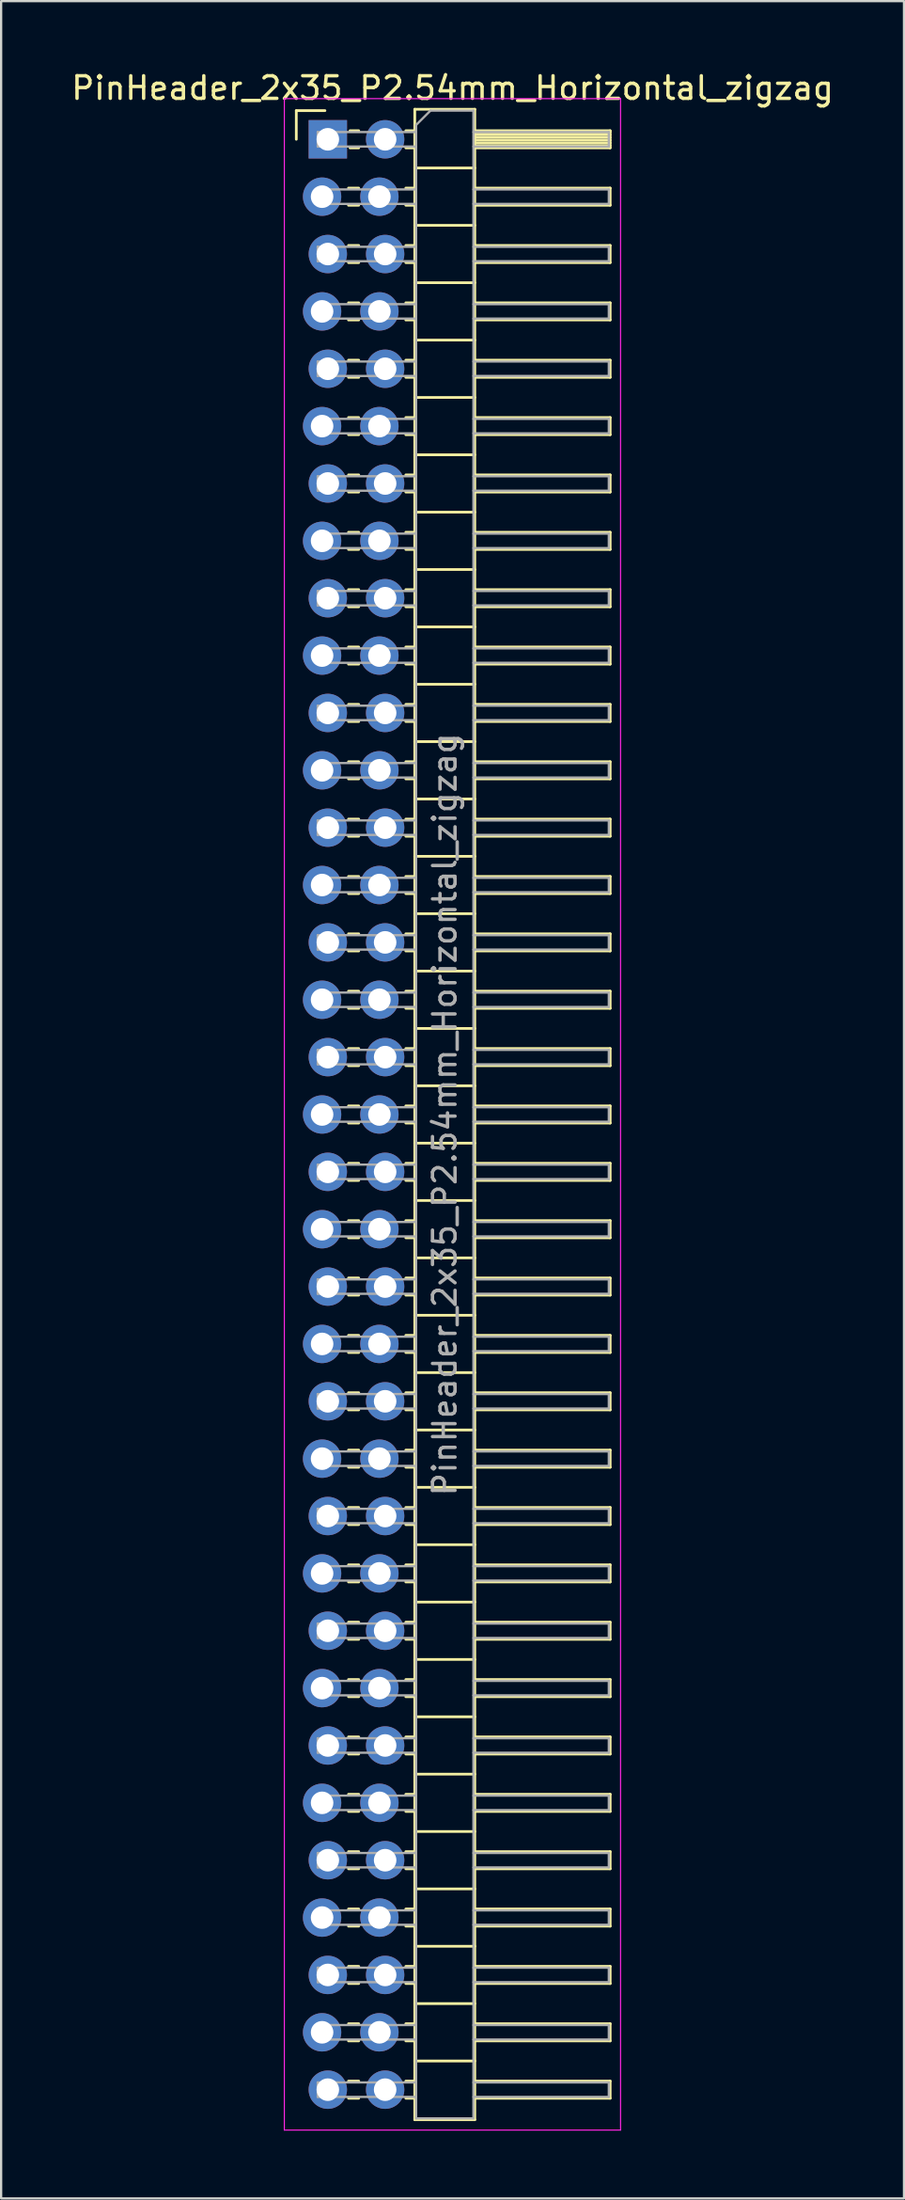
<source format=kicad_pcb>
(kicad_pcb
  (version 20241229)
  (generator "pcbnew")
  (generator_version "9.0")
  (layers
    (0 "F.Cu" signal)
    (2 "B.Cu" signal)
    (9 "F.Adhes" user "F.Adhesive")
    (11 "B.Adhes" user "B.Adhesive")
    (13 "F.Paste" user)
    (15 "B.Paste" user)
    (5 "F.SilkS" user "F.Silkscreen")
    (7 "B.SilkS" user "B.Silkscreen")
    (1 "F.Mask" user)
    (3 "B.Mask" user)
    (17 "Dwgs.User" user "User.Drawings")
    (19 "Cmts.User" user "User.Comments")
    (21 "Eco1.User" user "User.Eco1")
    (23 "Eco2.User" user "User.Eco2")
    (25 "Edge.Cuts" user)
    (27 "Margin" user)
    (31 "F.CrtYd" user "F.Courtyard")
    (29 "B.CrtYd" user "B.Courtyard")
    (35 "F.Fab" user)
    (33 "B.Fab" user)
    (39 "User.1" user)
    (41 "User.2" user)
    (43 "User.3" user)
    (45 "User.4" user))
  (footprint "PinHeader_2x35_P2.54mm_Horizontal_zigzag"
    (layer "F.Cu")
    (at 11.351 3.118)
    (property "Reference" "PinHeader_2x35_P2.54mm_Horizontal_zigzag" (at 5.655 -2.27 0) (layer "F.SilkS") (effects (font (size 1 1) (thickness 0.15))))
    (attr through_hole)
    (fp_line (start -1.27 -1.27) (end 0 -1.27) (stroke (width 0.12) (type solid)) (layer "F.SilkS"))
    (fp_line (start -1.27 0) (end -1.27 -1.27) (stroke (width 0.12) (type solid)) (layer "F.SilkS"))
    (fp_line (start 1.043 2.16) (end 1.497 2.16) (stroke (width 0.12) (type solid)) (layer "F.SilkS"))
    (fp_line (start 1.043 2.92) (end 1.497 2.92) (stroke (width 0.12) (type solid)) (layer "F.SilkS"))
    (fp_line (start 1.043 4.7) (end 1.497 4.7) (stroke (width 0.12) (type solid)) (layer "F.SilkS"))
    (fp_line (start 1.043 5.46) (end 1.497 5.46) (stroke (width 0.12) (type solid)) (layer "F.SilkS"))
    (fp_line (start 1.043 7.24) (end 1.497 7.24) (stroke (width 0.12) (type solid)) (layer "F.SilkS"))
    (fp_line (start 1.043 8) (end 1.497 8) (stroke (width 0.12) (type solid)) (layer "F.SilkS"))
    (fp_line (start 1.043 9.78) (end 1.497 9.78) (stroke (width 0.12) (type solid)) (layer "F.SilkS"))
    (fp_line (start 1.043 10.54) (end 1.497 10.54) (stroke (width 0.12) (type solid)) (layer "F.SilkS"))
    (fp_line (start 1.043 12.32) (end 1.497 12.32) (stroke (width 0.12) (type solid)) (layer "F.SilkS"))
    (fp_line (start 1.043 13.08) (end 1.497 13.08) (stroke (width 0.12) (type solid)) (layer "F.SilkS"))
    (fp_line (start 1.043 14.86) (end 1.497 14.86) (stroke (width 0.12) (type solid)) (layer "F.SilkS"))
    (fp_line (start 1.043 15.62) (end 1.497 15.62) (stroke (width 0.12) (type solid)) (layer "F.SilkS"))
    (fp_line (start 1.043 17.4) (end 1.497 17.4) (stroke (width 0.12) (type solid)) (layer "F.SilkS"))
    (fp_line (start 1.043 18.16) (end 1.497 18.16) (stroke (width 0.12) (type solid)) (layer "F.SilkS"))
    (fp_line (start 1.043 19.94) (end 1.497 19.94) (stroke (width 0.12) (type solid)) (layer "F.SilkS"))
    (fp_line (start 1.043 20.7) (end 1.497 20.7) (stroke (width 0.12) (type solid)) (layer "F.SilkS"))
    (fp_line (start 1.043 22.48) (end 1.497 22.48) (stroke (width 0.12) (type solid)) (layer "F.SilkS"))
    (fp_line (start 1.043 23.24) (end 1.497 23.24) (stroke (width 0.12) (type solid)) (layer "F.SilkS"))
    (fp_line (start 1.043 25.02) (end 1.497 25.02) (stroke (width 0.12) (type solid)) (layer "F.SilkS"))
    (fp_line (start 1.043 25.78) (end 1.497 25.78) (stroke (width 0.12) (type solid)) (layer "F.SilkS"))
    (fp_line (start 1.043 27.56) (end 1.497 27.56) (stroke (width 0.12) (type solid)) (layer "F.SilkS"))
    (fp_line (start 1.043 28.32) (end 1.497 28.32) (stroke (width 0.12) (type solid)) (layer "F.SilkS"))
    (fp_line (start 1.043 30.1) (end 1.497 30.1) (stroke (width 0.12) (type solid)) (layer "F.SilkS"))
    (fp_line (start 1.043 30.86) (end 1.497 30.86) (stroke (width 0.12) (type solid)) (layer "F.SilkS"))
    (fp_line (start 1.043 32.64) (end 1.497 32.64) (stroke (width 0.12) (type solid)) (layer "F.SilkS"))
    (fp_line (start 1.043 33.4) (end 1.497 33.4) (stroke (width 0.12) (type solid)) (layer "F.SilkS"))
    (fp_line (start 1.043 35.18) (end 1.497 35.18) (stroke (width 0.12) (type solid)) (layer "F.SilkS"))
    (fp_line (start 1.043 35.94) (end 1.497 35.94) (stroke (width 0.12) (type solid)) (layer "F.SilkS"))
    (fp_line (start 1.043 37.72) (end 1.497 37.72) (stroke (width 0.12) (type solid)) (layer "F.SilkS"))
    (fp_line (start 1.043 38.48) (end 1.497 38.48) (stroke (width 0.12) (type solid)) (layer "F.SilkS"))
    (fp_line (start 1.043 40.26) (end 1.497 40.26) (stroke (width 0.12) (type solid)) (layer "F.SilkS"))
    (fp_line (start 1.043 41.02) (end 1.497 41.02) (stroke (width 0.12) (type solid)) (layer "F.SilkS"))
    (fp_line (start 1.043 42.8) (end 1.497 42.8) (stroke (width 0.12) (type solid)) (layer "F.SilkS"))
    (fp_line (start 1.043 43.56) (end 1.497 43.56) (stroke (width 0.12) (type solid)) (layer "F.SilkS"))
    (fp_line (start 1.043 45.34) (end 1.497 45.34) (stroke (width 0.12) (type solid)) (layer "F.SilkS"))
    (fp_line (start 1.043 46.1) (end 1.497 46.1) (stroke (width 0.12) (type solid)) (layer "F.SilkS"))
    (fp_line (start 1.043 47.88) (end 1.497 47.88) (stroke (width 0.12) (type solid)) (layer "F.SilkS"))
    (fp_line (start 1.043 48.64) (end 1.497 48.64) (stroke (width 0.12) (type solid)) (layer "F.SilkS"))
    (fp_line (start 1.043 50.42) (end 1.497 50.42) (stroke (width 0.12) (type solid)) (layer "F.SilkS"))
    (fp_line (start 1.043 51.18) (end 1.497 51.18) (stroke (width 0.12) (type solid)) (layer "F.SilkS"))
    (fp_line (start 1.043 52.96) (end 1.497 52.96) (stroke (width 0.12) (type solid)) (layer "F.SilkS"))
    (fp_line (start 1.043 53.72) (end 1.497 53.72) (stroke (width 0.12) (type solid)) (layer "F.SilkS"))
    (fp_line (start 1.043 55.5) (end 1.497 55.5) (stroke (width 0.12) (type solid)) (layer "F.SilkS"))
    (fp_line (start 1.043 56.26) (end 1.497 56.26) (stroke (width 0.12) (type solid)) (layer "F.SilkS"))
    (fp_line (start 1.043 58.04) (end 1.497 58.04) (stroke (width 0.12) (type solid)) (layer "F.SilkS"))
    (fp_line (start 1.043 58.8) (end 1.497 58.8) (stroke (width 0.12) (type solid)) (layer "F.SilkS"))
    (fp_line (start 1.043 60.58) (end 1.497 60.58) (stroke (width 0.12) (type solid)) (layer "F.SilkS"))
    (fp_line (start 1.043 61.34) (end 1.497 61.34) (stroke (width 0.12) (type solid)) (layer "F.SilkS"))
    (fp_line (start 1.043 63.12) (end 1.497 63.12) (stroke (width 0.12) (type solid)) (layer "F.SilkS"))
    (fp_line (start 1.043 63.88) (end 1.497 63.88) (stroke (width 0.12) (type solid)) (layer "F.SilkS"))
    (fp_line (start 1.043 65.66) (end 1.497 65.66) (stroke (width 0.12) (type solid)) (layer "F.SilkS"))
    (fp_line (start 1.043 66.42) (end 1.497 66.42) (stroke (width 0.12) (type solid)) (layer "F.SilkS"))
    (fp_line (start 1.043 68.2) (end 1.497 68.2) (stroke (width 0.12) (type solid)) (layer "F.SilkS"))
    (fp_line (start 1.043 68.96) (end 1.497 68.96) (stroke (width 0.12) (type solid)) (layer "F.SilkS"))
    (fp_line (start 1.043 70.74) (end 1.497 70.74) (stroke (width 0.12) (type solid)) (layer "F.SilkS"))
    (fp_line (start 1.043 71.5) (end 1.497 71.5) (stroke (width 0.12) (type solid)) (layer "F.SilkS"))
    (fp_line (start 1.043 73.28) (end 1.497 73.28) (stroke (width 0.12) (type solid)) (layer "F.SilkS"))
    (fp_line (start 1.043 74.04) (end 1.497 74.04) (stroke (width 0.12) (type solid)) (layer "F.SilkS"))
    (fp_line (start 1.043 75.82) (end 1.497 75.82) (stroke (width 0.12) (type solid)) (layer "F.SilkS"))
    (fp_line (start 1.043 76.58) (end 1.497 76.58) (stroke (width 0.12) (type solid)) (layer "F.SilkS"))
    (fp_line (start 1.043 78.36) (end 1.497 78.36) (stroke (width 0.12) (type solid)) (layer "F.SilkS"))
    (fp_line (start 1.043 79.12) (end 1.497 79.12) (stroke (width 0.12) (type solid)) (layer "F.SilkS"))
    (fp_line (start 1.043 80.9) (end 1.497 80.9) (stroke (width 0.12) (type solid)) (layer "F.SilkS"))
    (fp_line (start 1.043 81.66) (end 1.497 81.66) (stroke (width 0.12) (type solid)) (layer "F.SilkS"))
    (fp_line (start 1.043 83.44) (end 1.497 83.44) (stroke (width 0.12) (type solid)) (layer "F.SilkS"))
    (fp_line (start 1.043 84.2) (end 1.497 84.2) (stroke (width 0.12) (type solid)) (layer "F.SilkS"))
    (fp_line (start 1.043 85.98) (end 1.497 85.98) (stroke (width 0.12) (type solid)) (layer "F.SilkS"))
    (fp_line (start 1.043 86.74) (end 1.497 86.74) (stroke (width 0.12) (type solid)) (layer "F.SilkS"))
    (fp_line (start 1.11 -0.38) (end 1.497 -0.38) (stroke (width 0.12) (type solid)) (layer "F.SilkS"))
    (fp_line (start 1.11 0.38) (end 1.497 0.38) (stroke (width 0.12) (type solid)) (layer "F.SilkS"))
    (fp_line (start 3.583 -0.38) (end 3.98 -0.38) (stroke (width 0.12) (type solid)) (layer "F.SilkS"))
    (fp_line (start 3.583 0.38) (end 3.98 0.38) (stroke (width 0.12) (type solid)) (layer "F.SilkS"))
    (fp_line (start 3.583 2.16) (end 3.98 2.16) (stroke (width 0.12) (type solid)) (layer "F.SilkS"))
    (fp_line (start 3.583 2.92) (end 3.98 2.92) (stroke (width 0.12) (type solid)) (layer "F.SilkS"))
    (fp_line (start 3.583 4.7) (end 3.98 4.7) (stroke (width 0.12) (type solid)) (layer "F.SilkS"))
    (fp_line (start 3.583 5.46) (end 3.98 5.46) (stroke (width 0.12) (type solid)) (layer "F.SilkS"))
    (fp_line (start 3.583 7.24) (end 3.98 7.24) (stroke (width 0.12) (type solid)) (layer "F.SilkS"))
    (fp_line (start 3.583 8) (end 3.98 8) (stroke (width 0.12) (type solid)) (layer "F.SilkS"))
    (fp_line (start 3.583 9.78) (end 3.98 9.78) (stroke (width 0.12) (type solid)) (layer "F.SilkS"))
    (fp_line (start 3.583 10.54) (end 3.98 10.54) (stroke (width 0.12) (type solid)) (layer "F.SilkS"))
    (fp_line (start 3.583 12.32) (end 3.98 12.32) (stroke (width 0.12) (type solid)) (layer "F.SilkS"))
    (fp_line (start 3.583 13.08) (end 3.98 13.08) (stroke (width 0.12) (type solid)) (layer "F.SilkS"))
    (fp_line (start 3.583 14.86) (end 3.98 14.86) (stroke (width 0.12) (type solid)) (layer "F.SilkS"))
    (fp_line (start 3.583 15.62) (end 3.98 15.62) (stroke (width 0.12) (type solid)) (layer "F.SilkS"))
    (fp_line (start 3.583 17.4) (end 3.98 17.4) (stroke (width 0.12) (type solid)) (layer "F.SilkS"))
    (fp_line (start 3.583 18.16) (end 3.98 18.16) (stroke (width 0.12) (type solid)) (layer "F.SilkS"))
    (fp_line (start 3.583 19.94) (end 3.98 19.94) (stroke (width 0.12) (type solid)) (layer "F.SilkS"))
    (fp_line (start 3.583 20.7) (end 3.98 20.7) (stroke (width 0.12) (type solid)) (layer "F.SilkS"))
    (fp_line (start 3.583 22.48) (end 3.98 22.48) (stroke (width 0.12) (type solid)) (layer "F.SilkS"))
    (fp_line (start 3.583 23.24) (end 3.98 23.24) (stroke (width 0.12) (type solid)) (layer "F.SilkS"))
    (fp_line (start 3.583 25.02) (end 3.98 25.02) (stroke (width 0.12) (type solid)) (layer "F.SilkS"))
    (fp_line (start 3.583 25.78) (end 3.98 25.78) (stroke (width 0.12) (type solid)) (layer "F.SilkS"))
    (fp_line (start 3.583 27.56) (end 3.98 27.56) (stroke (width 0.12) (type solid)) (layer "F.SilkS"))
    (fp_line (start 3.583 28.32) (end 3.98 28.32) (stroke (width 0.12) (type solid)) (layer "F.SilkS"))
    (fp_line (start 3.583 30.1) (end 3.98 30.1) (stroke (width 0.12) (type solid)) (layer "F.SilkS"))
    (fp_line (start 3.583 30.86) (end 3.98 30.86) (stroke (width 0.12) (type solid)) (layer "F.SilkS"))
    (fp_line (start 3.583 32.64) (end 3.98 32.64) (stroke (width 0.12) (type solid)) (layer "F.SilkS"))
    (fp_line (start 3.583 33.4) (end 3.98 33.4) (stroke (width 0.12) (type solid)) (layer "F.SilkS"))
    (fp_line (start 3.583 35.18) (end 3.98 35.18) (stroke (width 0.12) (type solid)) (layer "F.SilkS"))
    (fp_line (start 3.583 35.94) (end 3.98 35.94) (stroke (width 0.12) (type solid)) (layer "F.SilkS"))
    (fp_line (start 3.583 37.72) (end 3.98 37.72) (stroke (width 0.12) (type solid)) (layer "F.SilkS"))
    (fp_line (start 3.583 38.48) (end 3.98 38.48) (stroke (width 0.12) (type solid)) (layer "F.SilkS"))
    (fp_line (start 3.583 40.26) (end 3.98 40.26) (stroke (width 0.12) (type solid)) (layer "F.SilkS"))
    (fp_line (start 3.583 41.02) (end 3.98 41.02) (stroke (width 0.12) (type solid)) (layer "F.SilkS"))
    (fp_line (start 3.583 42.8) (end 3.98 42.8) (stroke (width 0.12) (type solid)) (layer "F.SilkS"))
    (fp_line (start 3.583 43.56) (end 3.98 43.56) (stroke (width 0.12) (type solid)) (layer "F.SilkS"))
    (fp_line (start 3.583 45.34) (end 3.98 45.34) (stroke (width 0.12) (type solid)) (layer "F.SilkS"))
    (fp_line (start 3.583 46.1) (end 3.98 46.1) (stroke (width 0.12) (type solid)) (layer "F.SilkS"))
    (fp_line (start 3.583 47.88) (end 3.98 47.88) (stroke (width 0.12) (type solid)) (layer "F.SilkS"))
    (fp_line (start 3.583 48.64) (end 3.98 48.64) (stroke (width 0.12) (type solid)) (layer "F.SilkS"))
    (fp_line (start 3.583 50.42) (end 3.98 50.42) (stroke (width 0.12) (type solid)) (layer "F.SilkS"))
    (fp_line (start 3.583 51.18) (end 3.98 51.18) (stroke (width 0.12) (type solid)) (layer "F.SilkS"))
    (fp_line (start 3.583 52.96) (end 3.98 52.96) (stroke (width 0.12) (type solid)) (layer "F.SilkS"))
    (fp_line (start 3.583 53.72) (end 3.98 53.72) (stroke (width 0.12) (type solid)) (layer "F.SilkS"))
    (fp_line (start 3.583 55.5) (end 3.98 55.5) (stroke (width 0.12) (type solid)) (layer "F.SilkS"))
    (fp_line (start 3.583 56.26) (end 3.98 56.26) (stroke (width 0.12) (type solid)) (layer "F.SilkS"))
    (fp_line (start 3.583 58.04) (end 3.98 58.04) (stroke (width 0.12) (type solid)) (layer "F.SilkS"))
    (fp_line (start 3.583 58.8) (end 3.98 58.8) (stroke (width 0.12) (type solid)) (layer "F.SilkS"))
    (fp_line (start 3.583 60.58) (end 3.98 60.58) (stroke (width 0.12) (type solid)) (layer "F.SilkS"))
    (fp_line (start 3.583 61.34) (end 3.98 61.34) (stroke (width 0.12) (type solid)) (layer "F.SilkS"))
    (fp_line (start 3.583 63.12) (end 3.98 63.12) (stroke (width 0.12) (type solid)) (layer "F.SilkS"))
    (fp_line (start 3.583 63.88) (end 3.98 63.88) (stroke (width 0.12) (type solid)) (layer "F.SilkS"))
    (fp_line (start 3.583 65.66) (end 3.98 65.66) (stroke (width 0.12) (type solid)) (layer "F.SilkS"))
    (fp_line (start 3.583 66.42) (end 3.98 66.42) (stroke (width 0.12) (type solid)) (layer "F.SilkS"))
    (fp_line (start 3.583 68.2) (end 3.98 68.2) (stroke (width 0.12) (type solid)) (layer "F.SilkS"))
    (fp_line (start 3.583 68.96) (end 3.98 68.96) (stroke (width 0.12) (type solid)) (layer "F.SilkS"))
    (fp_line (start 3.583 70.74) (end 3.98 70.74) (stroke (width 0.12) (type solid)) (layer "F.SilkS"))
    (fp_line (start 3.583 71.5) (end 3.98 71.5) (stroke (width 0.12) (type solid)) (layer "F.SilkS"))
    (fp_line (start 3.583 73.28) (end 3.98 73.28) (stroke (width 0.12) (type solid)) (layer "F.SilkS"))
    (fp_line (start 3.583 74.04) (end 3.98 74.04) (stroke (width 0.12) (type solid)) (layer "F.SilkS"))
    (fp_line (start 3.583 75.82) (end 3.98 75.82) (stroke (width 0.12) (type solid)) (layer "F.SilkS"))
    (fp_line (start 3.583 76.58) (end 3.98 76.58) (stroke (width 0.12) (type solid)) (layer "F.SilkS"))
    (fp_line (start 3.583 78.36) (end 3.98 78.36) (stroke (width 0.12) (type solid)) (layer "F.SilkS"))
    (fp_line (start 3.583 79.12) (end 3.98 79.12) (stroke (width 0.12) (type solid)) (layer "F.SilkS"))
    (fp_line (start 3.583 80.9) (end 3.98 80.9) (stroke (width 0.12) (type solid)) (layer "F.SilkS"))
    (fp_line (start 3.583 81.66) (end 3.98 81.66) (stroke (width 0.12) (type solid)) (layer "F.SilkS"))
    (fp_line (start 3.583 83.44) (end 3.98 83.44) (stroke (width 0.12) (type solid)) (layer "F.SilkS"))
    (fp_line (start 3.583 84.2) (end 3.98 84.2) (stroke (width 0.12) (type solid)) (layer "F.SilkS"))
    (fp_line (start 3.583 85.98) (end 3.98 85.98) (stroke (width 0.12) (type solid)) (layer "F.SilkS"))
    (fp_line (start 3.583 86.74) (end 3.98 86.74) (stroke (width 0.12) (type solid)) (layer "F.SilkS"))
    (fp_line (start 3.98 -1.33) (end 3.98 87.69) (stroke (width 0.12) (type solid)) (layer "F.SilkS"))
    (fp_line (start 3.98 1.27) (end 6.64 1.27) (stroke (width 0.12) (type solid)) (layer "F.SilkS"))
    (fp_line (start 3.98 3.81) (end 6.64 3.81) (stroke (width 0.12) (type solid)) (layer "F.SilkS"))
    (fp_line (start 3.98 6.35) (end 6.64 6.35) (stroke (width 0.12) (type solid)) (layer "F.SilkS"))
    (fp_line (start 3.98 8.89) (end 6.64 8.89) (stroke (width 0.12) (type solid)) (layer "F.SilkS"))
    (fp_line (start 3.98 11.43) (end 6.64 11.43) (stroke (width 0.12) (type solid)) (layer "F.SilkS"))
    (fp_line (start 3.98 13.97) (end 6.64 13.97) (stroke (width 0.12) (type solid)) (layer "F.SilkS"))
    (fp_line (start 3.98 16.51) (end 6.64 16.51) (stroke (width 0.12) (type solid)) (layer "F.SilkS"))
    (fp_line (start 3.98 19.05) (end 6.64 19.05) (stroke (width 0.12) (type solid)) (layer "F.SilkS"))
    (fp_line (start 3.98 21.59) (end 6.64 21.59) (stroke (width 0.12) (type solid)) (layer "F.SilkS"))
    (fp_line (start 3.98 24.13) (end 6.64 24.13) (stroke (width 0.12) (type solid)) (layer "F.SilkS"))
    (fp_line (start 3.98 26.67) (end 6.64 26.67) (stroke (width 0.12) (type solid)) (layer "F.SilkS"))
    (fp_line (start 3.98 29.21) (end 6.64 29.21) (stroke (width 0.12) (type solid)) (layer "F.SilkS"))
    (fp_line (start 3.98 31.75) (end 6.64 31.75) (stroke (width 0.12) (type solid)) (layer "F.SilkS"))
    (fp_line (start 3.98 34.29) (end 6.64 34.29) (stroke (width 0.12) (type solid)) (layer "F.SilkS"))
    (fp_line (start 3.98 36.83) (end 6.64 36.83) (stroke (width 0.12) (type solid)) (layer "F.SilkS"))
    (fp_line (start 3.98 39.37) (end 6.64 39.37) (stroke (width 0.12) (type solid)) (layer "F.SilkS"))
    (fp_line (start 3.98 41.91) (end 6.64 41.91) (stroke (width 0.12) (type solid)) (layer "F.SilkS"))
    (fp_line (start 3.98 44.45) (end 6.64 44.45) (stroke (width 0.12) (type solid)) (layer "F.SilkS"))
    (fp_line (start 3.98 46.99) (end 6.64 46.99) (stroke (width 0.12) (type solid)) (layer "F.SilkS"))
    (fp_line (start 3.98 49.53) (end 6.64 49.53) (stroke (width 0.12) (type solid)) (layer "F.SilkS"))
    (fp_line (start 3.98 52.07) (end 6.64 52.07) (stroke (width 0.12) (type solid)) (layer "F.SilkS"))
    (fp_line (start 3.98 54.61) (end 6.64 54.61) (stroke (width 0.12) (type solid)) (layer "F.SilkS"))
    (fp_line (start 3.98 57.15) (end 6.64 57.15) (stroke (width 0.12) (type solid)) (layer "F.SilkS"))
    (fp_line (start 3.98 59.69) (end 6.64 59.69) (stroke (width 0.12) (type solid)) (layer "F.SilkS"))
    (fp_line (start 3.98 62.23) (end 6.64 62.23) (stroke (width 0.12) (type solid)) (layer "F.SilkS"))
    (fp_line (start 3.98 64.77) (end 6.64 64.77) (stroke (width 0.12) (type solid)) (layer "F.SilkS"))
    (fp_line (start 3.98 67.31) (end 6.64 67.31) (stroke (width 0.12) (type solid)) (layer "F.SilkS"))
    (fp_line (start 3.98 69.85) (end 6.64 69.85) (stroke (width 0.12) (type solid)) (layer "F.SilkS"))
    (fp_line (start 3.98 72.39) (end 6.64 72.39) (stroke (width 0.12) (type solid)) (layer "F.SilkS"))
    (fp_line (start 3.98 74.93) (end 6.64 74.93) (stroke (width 0.12) (type solid)) (layer "F.SilkS"))
    (fp_line (start 3.98 77.47) (end 6.64 77.47) (stroke (width 0.12) (type solid)) (layer "F.SilkS"))
    (fp_line (start 3.98 80.01) (end 6.64 80.01) (stroke (width 0.12) (type solid)) (layer "F.SilkS"))
    (fp_line (start 3.98 82.55) (end 6.64 82.55) (stroke (width 0.12) (type solid)) (layer "F.SilkS"))
    (fp_line (start 3.98 85.09) (end 6.64 85.09) (stroke (width 0.12) (type solid)) (layer "F.SilkS"))
    (fp_line (start 3.98 87.69) (end 6.64 87.69) (stroke (width 0.12) (type solid)) (layer "F.SilkS"))
    (fp_line (start 6.64 -1.33) (end 3.98 -1.33) (stroke (width 0.12) (type solid)) (layer "F.SilkS"))
    (fp_line (start 6.64 -0.38) (end 12.64 -0.38) (stroke (width 0.12) (type solid)) (layer "F.SilkS"))
    (fp_line (start 6.64 -0.32) (end 12.64 -0.32) (stroke (width 0.12) (type solid)) (layer "F.SilkS"))
    (fp_line (start 6.64 -0.2) (end 12.64 -0.2) (stroke (width 0.12) (type solid)) (layer "F.SilkS"))
    (fp_line (start 6.64 -0.08) (end 12.64 -0.08) (stroke (width 0.12) (type solid)) (layer "F.SilkS"))
    (fp_line (start 6.64 0.04) (end 12.64 0.04) (stroke (width 0.12) (type solid)) (layer "F.SilkS"))
    (fp_line (start 6.64 0.16) (end 12.64 0.16) (stroke (width 0.12) (type solid)) (layer "F.SilkS"))
    (fp_line (start 6.64 0.28) (end 12.64 0.28) (stroke (width 0.12) (type solid)) (layer "F.SilkS"))
    (fp_line (start 6.64 2.16) (end 12.64 2.16) (stroke (width 0.12) (type solid)) (layer "F.SilkS"))
    (fp_line (start 6.64 4.7) (end 12.64 4.7) (stroke (width 0.12) (type solid)) (layer "F.SilkS"))
    (fp_line (start 6.64 7.24) (end 12.64 7.24) (stroke (width 0.12) (type solid)) (layer "F.SilkS"))
    (fp_line (start 6.64 9.78) (end 12.64 9.78) (stroke (width 0.12) (type solid)) (layer "F.SilkS"))
    (fp_line (start 6.64 12.32) (end 12.64 12.32) (stroke (width 0.12) (type solid)) (layer "F.SilkS"))
    (fp_line (start 6.64 14.86) (end 12.64 14.86) (stroke (width 0.12) (type solid)) (layer "F.SilkS"))
    (fp_line (start 6.64 17.4) (end 12.64 17.4) (stroke (width 0.12) (type solid)) (layer "F.SilkS"))
    (fp_line (start 6.64 19.94) (end 12.64 19.94) (stroke (width 0.12) (type solid)) (layer "F.SilkS"))
    (fp_line (start 6.64 22.48) (end 12.64 22.48) (stroke (width 0.12) (type solid)) (layer "F.SilkS"))
    (fp_line (start 6.64 25.02) (end 12.64 25.02) (stroke (width 0.12) (type solid)) (layer "F.SilkS"))
    (fp_line (start 6.64 27.56) (end 12.64 27.56) (stroke (width 0.12) (type solid)) (layer "F.SilkS"))
    (fp_line (start 6.64 30.1) (end 12.64 30.1) (stroke (width 0.12) (type solid)) (layer "F.SilkS"))
    (fp_line (start 6.64 32.64) (end 12.64 32.64) (stroke (width 0.12) (type solid)) (layer "F.SilkS"))
    (fp_line (start 6.64 35.18) (end 12.64 35.18) (stroke (width 0.12) (type solid)) (layer "F.SilkS"))
    (fp_line (start 6.64 37.72) (end 12.64 37.72) (stroke (width 0.12) (type solid)) (layer "F.SilkS"))
    (fp_line (start 6.64 40.26) (end 12.64 40.26) (stroke (width 0.12) (type solid)) (layer "F.SilkS"))
    (fp_line (start 6.64 42.8) (end 12.64 42.8) (stroke (width 0.12) (type solid)) (layer "F.SilkS"))
    (fp_line (start 6.64 45.34) (end 12.64 45.34) (stroke (width 0.12) (type solid)) (layer "F.SilkS"))
    (fp_line (start 6.64 47.88) (end 12.64 47.88) (stroke (width 0.12) (type solid)) (layer "F.SilkS"))
    (fp_line (start 6.64 50.42) (end 12.64 50.42) (stroke (width 0.12) (type solid)) (layer "F.SilkS"))
    (fp_line (start 6.64 52.96) (end 12.64 52.96) (stroke (width 0.12) (type solid)) (layer "F.SilkS"))
    (fp_line (start 6.64 55.5) (end 12.64 55.5) (stroke (width 0.12) (type solid)) (layer "F.SilkS"))
    (fp_line (start 6.64 58.04) (end 12.64 58.04) (stroke (width 0.12) (type solid)) (layer "F.SilkS"))
    (fp_line (start 6.64 60.58) (end 12.64 60.58) (stroke (width 0.12) (type solid)) (layer "F.SilkS"))
    (fp_line (start 6.64 63.12) (end 12.64 63.12) (stroke (width 0.12) (type solid)) (layer "F.SilkS"))
    (fp_line (start 6.64 65.66) (end 12.64 65.66) (stroke (width 0.12) (type solid)) (layer "F.SilkS"))
    (fp_line (start 6.64 68.2) (end 12.64 68.2) (stroke (width 0.12) (type solid)) (layer "F.SilkS"))
    (fp_line (start 6.64 70.74) (end 12.64 70.74) (stroke (width 0.12) (type solid)) (layer "F.SilkS"))
    (fp_line (start 6.64 73.28) (end 12.64 73.28) (stroke (width 0.12) (type solid)) (layer "F.SilkS"))
    (fp_line (start 6.64 75.82) (end 12.64 75.82) (stroke (width 0.12) (type solid)) (layer "F.SilkS"))
    (fp_line (start 6.64 78.36) (end 12.64 78.36) (stroke (width 0.12) (type solid)) (layer "F.SilkS"))
    (fp_line (start 6.64 80.9) (end 12.64 80.9) (stroke (width 0.12) (type solid)) (layer "F.SilkS"))
    (fp_line (start 6.64 83.44) (end 12.64 83.44) (stroke (width 0.12) (type solid)) (layer "F.SilkS"))
    (fp_line (start 6.64 85.98) (end 12.64 85.98) (stroke (width 0.12) (type solid)) (layer "F.SilkS"))
    (fp_line (start 6.64 87.69) (end 6.64 -1.33) (stroke (width 0.12) (type solid)) (layer "F.SilkS"))
    (fp_line (start 12.64 -0.38) (end 12.64 0.38) (stroke (width 0.12) (type solid)) (layer "F.SilkS"))
    (fp_line (start 12.64 0.38) (end 6.64 0.38) (stroke (width 0.12) (type solid)) (layer "F.SilkS"))
    (fp_line (start 12.64 2.16) (end 12.64 2.92) (stroke (width 0.12) (type solid)) (layer "F.SilkS"))
    (fp_line (start 12.64 2.92) (end 6.64 2.92) (stroke (width 0.12) (type solid)) (layer "F.SilkS"))
    (fp_line (start 12.64 4.7) (end 12.64 5.46) (stroke (width 0.12) (type solid)) (layer "F.SilkS"))
    (fp_line (start 12.64 5.46) (end 6.64 5.46) (stroke (width 0.12) (type solid)) (layer "F.SilkS"))
    (fp_line (start 12.64 7.24) (end 12.64 8) (stroke (width 0.12) (type solid)) (layer "F.SilkS"))
    (fp_line (start 12.64 8) (end 6.64 8) (stroke (width 0.12) (type solid)) (layer "F.SilkS"))
    (fp_line (start 12.64 9.78) (end 12.64 10.54) (stroke (width 0.12) (type solid)) (layer "F.SilkS"))
    (fp_line (start 12.64 10.54) (end 6.64 10.54) (stroke (width 0.12) (type solid)) (layer "F.SilkS"))
    (fp_line (start 12.64 12.32) (end 12.64 13.08) (stroke (width 0.12) (type solid)) (layer "F.SilkS"))
    (fp_line (start 12.64 13.08) (end 6.64 13.08) (stroke (width 0.12) (type solid)) (layer "F.SilkS"))
    (fp_line (start 12.64 14.86) (end 12.64 15.62) (stroke (width 0.12) (type solid)) (layer "F.SilkS"))
    (fp_line (start 12.64 15.62) (end 6.64 15.62) (stroke (width 0.12) (type solid)) (layer "F.SilkS"))
    (fp_line (start 12.64 17.4) (end 12.64 18.16) (stroke (width 0.12) (type solid)) (layer "F.SilkS"))
    (fp_line (start 12.64 18.16) (end 6.64 18.16) (stroke (width 0.12) (type solid)) (layer "F.SilkS"))
    (fp_line (start 12.64 19.94) (end 12.64 20.7) (stroke (width 0.12) (type solid)) (layer "F.SilkS"))
    (fp_line (start 12.64 20.7) (end 6.64 20.7) (stroke (width 0.12) (type solid)) (layer "F.SilkS"))
    (fp_line (start 12.64 22.48) (end 12.64 23.24) (stroke (width 0.12) (type solid)) (layer "F.SilkS"))
    (fp_line (start 12.64 23.24) (end 6.64 23.24) (stroke (width 0.12) (type solid)) (layer "F.SilkS"))
    (fp_line (start 12.64 25.02) (end 12.64 25.78) (stroke (width 0.12) (type solid)) (layer "F.SilkS"))
    (fp_line (start 12.64 25.78) (end 6.64 25.78) (stroke (width 0.12) (type solid)) (layer "F.SilkS"))
    (fp_line (start 12.64 27.56) (end 12.64 28.32) (stroke (width 0.12) (type solid)) (layer "F.SilkS"))
    (fp_line (start 12.64 28.32) (end 6.64 28.32) (stroke (width 0.12) (type solid)) (layer "F.SilkS"))
    (fp_line (start 12.64 30.1) (end 12.64 30.86) (stroke (width 0.12) (type solid)) (layer "F.SilkS"))
    (fp_line (start 12.64 30.86) (end 6.64 30.86) (stroke (width 0.12) (type solid)) (layer "F.SilkS"))
    (fp_line (start 12.64 32.64) (end 12.64 33.4) (stroke (width 0.12) (type solid)) (layer "F.SilkS"))
    (fp_line (start 12.64 33.4) (end 6.64 33.4) (stroke (width 0.12) (type solid)) (layer "F.SilkS"))
    (fp_line (start 12.64 35.18) (end 12.64 35.94) (stroke (width 0.12) (type solid)) (layer "F.SilkS"))
    (fp_line (start 12.64 35.94) (end 6.64 35.94) (stroke (width 0.12) (type solid)) (layer "F.SilkS"))
    (fp_line (start 12.64 37.72) (end 12.64 38.48) (stroke (width 0.12) (type solid)) (layer "F.SilkS"))
    (fp_line (start 12.64 38.48) (end 6.64 38.48) (stroke (width 0.12) (type solid)) (layer "F.SilkS"))
    (fp_line (start 12.64 40.26) (end 12.64 41.02) (stroke (width 0.12) (type solid)) (layer "F.SilkS"))
    (fp_line (start 12.64 41.02) (end 6.64 41.02) (stroke (width 0.12) (type solid)) (layer "F.SilkS"))
    (fp_line (start 12.64 42.8) (end 12.64 43.56) (stroke (width 0.12) (type solid)) (layer "F.SilkS"))
    (fp_line (start 12.64 43.56) (end 6.64 43.56) (stroke (width 0.12) (type solid)) (layer "F.SilkS"))
    (fp_line (start 12.64 45.34) (end 12.64 46.1) (stroke (width 0.12) (type solid)) (layer "F.SilkS"))
    (fp_line (start 12.64 46.1) (end 6.64 46.1) (stroke (width 0.12) (type solid)) (layer "F.SilkS"))
    (fp_line (start 12.64 47.88) (end 12.64 48.64) (stroke (width 0.12) (type solid)) (layer "F.SilkS"))
    (fp_line (start 12.64 48.64) (end 6.64 48.64) (stroke (width 0.12) (type solid)) (layer "F.SilkS"))
    (fp_line (start 12.64 50.42) (end 12.64 51.18) (stroke (width 0.12) (type solid)) (layer "F.SilkS"))
    (fp_line (start 12.64 51.18) (end 6.64 51.18) (stroke (width 0.12) (type solid)) (layer "F.SilkS"))
    (fp_line (start 12.64 52.96) (end 12.64 53.72) (stroke (width 0.12) (type solid)) (layer "F.SilkS"))
    (fp_line (start 12.64 53.72) (end 6.64 53.72) (stroke (width 0.12) (type solid)) (layer "F.SilkS"))
    (fp_line (start 12.64 55.5) (end 12.64 56.26) (stroke (width 0.12) (type solid)) (layer "F.SilkS"))
    (fp_line (start 12.64 56.26) (end 6.64 56.26) (stroke (width 0.12) (type solid)) (layer "F.SilkS"))
    (fp_line (start 12.64 58.04) (end 12.64 58.8) (stroke (width 0.12) (type solid)) (layer "F.SilkS"))
    (fp_line (start 12.64 58.8) (end 6.64 58.8) (stroke (width 0.12) (type solid)) (layer "F.SilkS"))
    (fp_line (start 12.64 60.58) (end 12.64 61.34) (stroke (width 0.12) (type solid)) (layer "F.SilkS"))
    (fp_line (start 12.64 61.34) (end 6.64 61.34) (stroke (width 0.12) (type solid)) (layer "F.SilkS"))
    (fp_line (start 12.64 63.12) (end 12.64 63.88) (stroke (width 0.12) (type solid)) (layer "F.SilkS"))
    (fp_line (start 12.64 63.88) (end 6.64 63.88) (stroke (width 0.12) (type solid)) (layer "F.SilkS"))
    (fp_line (start 12.64 65.66) (end 12.64 66.42) (stroke (width 0.12) (type solid)) (layer "F.SilkS"))
    (fp_line (start 12.64 66.42) (end 6.64 66.42) (stroke (width 0.12) (type solid)) (layer "F.SilkS"))
    (fp_line (start 12.64 68.2) (end 12.64 68.96) (stroke (width 0.12) (type solid)) (layer "F.SilkS"))
    (fp_line (start 12.64 68.96) (end 6.64 68.96) (stroke (width 0.12) (type solid)) (layer "F.SilkS"))
    (fp_line (start 12.64 70.74) (end 12.64 71.5) (stroke (width 0.12) (type solid)) (layer "F.SilkS"))
    (fp_line (start 12.64 71.5) (end 6.64 71.5) (stroke (width 0.12) (type solid)) (layer "F.SilkS"))
    (fp_line (start 12.64 73.28) (end 12.64 74.04) (stroke (width 0.12) (type solid)) (layer "F.SilkS"))
    (fp_line (start 12.64 74.04) (end 6.64 74.04) (stroke (width 0.12) (type solid)) (layer "F.SilkS"))
    (fp_line (start 12.64 75.82) (end 12.64 76.58) (stroke (width 0.12) (type solid)) (layer "F.SilkS"))
    (fp_line (start 12.64 76.58) (end 6.64 76.58) (stroke (width 0.12) (type solid)) (layer "F.SilkS"))
    (fp_line (start 12.64 78.36) (end 12.64 79.12) (stroke (width 0.12) (type solid)) (layer "F.SilkS"))
    (fp_line (start 12.64 79.12) (end 6.64 79.12) (stroke (width 0.12) (type solid)) (layer "F.SilkS"))
    (fp_line (start 12.64 80.9) (end 12.64 81.66) (stroke (width 0.12) (type solid)) (layer "F.SilkS"))
    (fp_line (start 12.64 81.66) (end 6.64 81.66) (stroke (width 0.12) (type solid)) (layer "F.SilkS"))
    (fp_line (start 12.64 83.44) (end 12.64 84.2) (stroke (width 0.12) (type solid)) (layer "F.SilkS"))
    (fp_line (start 12.64 84.2) (end 6.64 84.2) (stroke (width 0.12) (type solid)) (layer "F.SilkS"))
    (fp_line (start 12.64 85.98) (end 12.64 86.74) (stroke (width 0.12) (type solid)) (layer "F.SilkS"))
    (fp_line (start 12.64 86.74) (end 6.64 86.74) (stroke (width 0.12) (type solid)) (layer "F.SilkS"))
    (fp_line (start -1.8 -1.8) (end -1.8 88.15) (stroke (width 0.05) (type solid)) (layer "F.CrtYd"))
    (fp_line (start -1.8 88.15) (end 13.1 88.15) (stroke (width 0.05) (type solid)) (layer "F.CrtYd"))
    (fp_line (start 13.1 -1.8) (end -1.8 -1.8) (stroke (width 0.05) (type solid)) (layer "F.CrtYd"))
    (fp_line (start 13.1 88.15) (end 13.1 -1.8) (stroke (width 0.05) (type solid)) (layer "F.CrtYd"))
    (fp_line (start -0.32 -0.32) (end -0.32 0.32) (stroke (width 0.1) (type solid)) (layer "F.Fab"))
    (fp_line (start -0.32 -0.32) (end 4.04 -0.32) (stroke (width 0.1) (type solid)) (layer "F.Fab"))
    (fp_line (start -0.32 0.32) (end 4.04 0.32) (stroke (width 0.1) (type solid)) (layer "F.Fab"))
    (fp_line (start -0.32 2.22) (end -0.32 2.86) (stroke (width 0.1) (type solid)) (layer "F.Fab"))
    (fp_line (start -0.32 2.22) (end 4.04 2.22) (stroke (width 0.1) (type solid)) (layer "F.Fab"))
    (fp_line (start -0.32 2.86) (end 4.04 2.86) (stroke (width 0.1) (type solid)) (layer "F.Fab"))
    (fp_line (start -0.32 4.76) (end -0.32 5.4) (stroke (width 0.1) (type solid)) (layer "F.Fab"))
    (fp_line (start -0.32 4.76) (end 4.04 4.76) (stroke (width 0.1) (type solid)) (layer "F.Fab"))
    (fp_line (start -0.32 5.4) (end 4.04 5.4) (stroke (width 0.1) (type solid)) (layer "F.Fab"))
    (fp_line (start -0.32 7.3) (end -0.32 7.94) (stroke (width 0.1) (type solid)) (layer "F.Fab"))
    (fp_line (start -0.32 7.3) (end 4.04 7.3) (stroke (width 0.1) (type solid)) (layer "F.Fab"))
    (fp_line (start -0.32 7.94) (end 4.04 7.94) (stroke (width 0.1) (type solid)) (layer "F.Fab"))
    (fp_line (start -0.32 9.84) (end -0.32 10.48) (stroke (width 0.1) (type solid)) (layer "F.Fab"))
    (fp_line (start -0.32 9.84) (end 4.04 9.84) (stroke (width 0.1) (type solid)) (layer "F.Fab"))
    (fp_line (start -0.32 10.48) (end 4.04 10.48) (stroke (width 0.1) (type solid)) (layer "F.Fab"))
    (fp_line (start -0.32 12.38) (end -0.32 13.02) (stroke (width 0.1) (type solid)) (layer "F.Fab"))
    (fp_line (start -0.32 12.38) (end 4.04 12.38) (stroke (width 0.1) (type solid)) (layer "F.Fab"))
    (fp_line (start -0.32 13.02) (end 4.04 13.02) (stroke (width 0.1) (type solid)) (layer "F.Fab"))
    (fp_line (start -0.32 14.92) (end -0.32 15.56) (stroke (width 0.1) (type solid)) (layer "F.Fab"))
    (fp_line (start -0.32 14.92) (end 4.04 14.92) (stroke (width 0.1) (type solid)) (layer "F.Fab"))
    (fp_line (start -0.32 15.56) (end 4.04 15.56) (stroke (width 0.1) (type solid)) (layer "F.Fab"))
    (fp_line (start -0.32 17.46) (end -0.32 18.1) (stroke (width 0.1) (type solid)) (layer "F.Fab"))
    (fp_line (start -0.32 17.46) (end 4.04 17.46) (stroke (width 0.1) (type solid)) (layer "F.Fab"))
    (fp_line (start -0.32 18.1) (end 4.04 18.1) (stroke (width 0.1) (type solid)) (layer "F.Fab"))
    (fp_line (start -0.32 20) (end -0.32 20.64) (stroke (width 0.1) (type solid)) (layer "F.Fab"))
    (fp_line (start -0.32 20) (end 4.04 20) (stroke (width 0.1) (type solid)) (layer "F.Fab"))
    (fp_line (start -0.32 20.64) (end 4.04 20.64) (stroke (width 0.1) (type solid)) (layer "F.Fab"))
    (fp_line (start -0.32 22.54) (end -0.32 23.18) (stroke (width 0.1) (type solid)) (layer "F.Fab"))
    (fp_line (start -0.32 22.54) (end 4.04 22.54) (stroke (width 0.1) (type solid)) (layer "F.Fab"))
    (fp_line (start -0.32 23.18) (end 4.04 23.18) (stroke (width 0.1) (type solid)) (layer "F.Fab"))
    (fp_line (start -0.32 25.08) (end -0.32 25.72) (stroke (width 0.1) (type solid)) (layer "F.Fab"))
    (fp_line (start -0.32 25.08) (end 4.04 25.08) (stroke (width 0.1) (type solid)) (layer "F.Fab"))
    (fp_line (start -0.32 25.72) (end 4.04 25.72) (stroke (width 0.1) (type solid)) (layer "F.Fab"))
    (fp_line (start -0.32 27.62) (end -0.32 28.26) (stroke (width 0.1) (type solid)) (layer "F.Fab"))
    (fp_line (start -0.32 27.62) (end 4.04 27.62) (stroke (width 0.1) (type solid)) (layer "F.Fab"))
    (fp_line (start -0.32 28.26) (end 4.04 28.26) (stroke (width 0.1) (type solid)) (layer "F.Fab"))
    (fp_line (start -0.32 30.16) (end -0.32 30.8) (stroke (width 0.1) (type solid)) (layer "F.Fab"))
    (fp_line (start -0.32 30.16) (end 4.04 30.16) (stroke (width 0.1) (type solid)) (layer "F.Fab"))
    (fp_line (start -0.32 30.8) (end 4.04 30.8) (stroke (width 0.1) (type solid)) (layer "F.Fab"))
    (fp_line (start -0.32 32.7) (end -0.32 33.34) (stroke (width 0.1) (type solid)) (layer "F.Fab"))
    (fp_line (start -0.32 32.7) (end 4.04 32.7) (stroke (width 0.1) (type solid)) (layer "F.Fab"))
    (fp_line (start -0.32 33.34) (end 4.04 33.34) (stroke (width 0.1) (type solid)) (layer "F.Fab"))
    (fp_line (start -0.32 35.24) (end -0.32 35.88) (stroke (width 0.1) (type solid)) (layer "F.Fab"))
    (fp_line (start -0.32 35.24) (end 4.04 35.24) (stroke (width 0.1) (type solid)) (layer "F.Fab"))
    (fp_line (start -0.32 35.88) (end 4.04 35.88) (stroke (width 0.1) (type solid)) (layer "F.Fab"))
    (fp_line (start -0.32 37.78) (end -0.32 38.42) (stroke (width 0.1) (type solid)) (layer "F.Fab"))
    (fp_line (start -0.32 37.78) (end 4.04 37.78) (stroke (width 0.1) (type solid)) (layer "F.Fab"))
    (fp_line (start -0.32 38.42) (end 4.04 38.42) (stroke (width 0.1) (type solid)) (layer "F.Fab"))
    (fp_line (start -0.32 40.32) (end -0.32 40.96) (stroke (width 0.1) (type solid)) (layer "F.Fab"))
    (fp_line (start -0.32 40.32) (end 4.04 40.32) (stroke (width 0.1) (type solid)) (layer "F.Fab"))
    (fp_line (start -0.32 40.96) (end 4.04 40.96) (stroke (width 0.1) (type solid)) (layer "F.Fab"))
    (fp_line (start -0.32 42.86) (end -0.32 43.5) (stroke (width 0.1) (type solid)) (layer "F.Fab"))
    (fp_line (start -0.32 42.86) (end 4.04 42.86) (stroke (width 0.1) (type solid)) (layer "F.Fab"))
    (fp_line (start -0.32 43.5) (end 4.04 43.5) (stroke (width 0.1) (type solid)) (layer "F.Fab"))
    (fp_line (start -0.32 45.4) (end -0.32 46.04) (stroke (width 0.1) (type solid)) (layer "F.Fab"))
    (fp_line (start -0.32 45.4) (end 4.04 45.4) (stroke (width 0.1) (type solid)) (layer "F.Fab"))
    (fp_line (start -0.32 46.04) (end 4.04 46.04) (stroke (width 0.1) (type solid)) (layer "F.Fab"))
    (fp_line (start -0.32 47.94) (end -0.32 48.58) (stroke (width 0.1) (type solid)) (layer "F.Fab"))
    (fp_line (start -0.32 47.94) (end 4.04 47.94) (stroke (width 0.1) (type solid)) (layer "F.Fab"))
    (fp_line (start -0.32 48.58) (end 4.04 48.58) (stroke (width 0.1) (type solid)) (layer "F.Fab"))
    (fp_line (start -0.32 50.48) (end -0.32 51.12) (stroke (width 0.1) (type solid)) (layer "F.Fab"))
    (fp_line (start -0.32 50.48) (end 4.04 50.48) (stroke (width 0.1) (type solid)) (layer "F.Fab"))
    (fp_line (start -0.32 51.12) (end 4.04 51.12) (stroke (width 0.1) (type solid)) (layer "F.Fab"))
    (fp_line (start -0.32 53.02) (end -0.32 53.66) (stroke (width 0.1) (type solid)) (layer "F.Fab"))
    (fp_line (start -0.32 53.02) (end 4.04 53.02) (stroke (width 0.1) (type solid)) (layer "F.Fab"))
    (fp_line (start -0.32 53.66) (end 4.04 53.66) (stroke (width 0.1) (type solid)) (layer "F.Fab"))
    (fp_line (start -0.32 55.56) (end -0.32 56.2) (stroke (width 0.1) (type solid)) (layer "F.Fab"))
    (fp_line (start -0.32 55.56) (end 4.04 55.56) (stroke (width 0.1) (type solid)) (layer "F.Fab"))
    (fp_line (start -0.32 56.2) (end 4.04 56.2) (stroke (width 0.1) (type solid)) (layer "F.Fab"))
    (fp_line (start -0.32 58.1) (end -0.32 58.74) (stroke (width 0.1) (type solid)) (layer "F.Fab"))
    (fp_line (start -0.32 58.1) (end 4.04 58.1) (stroke (width 0.1) (type solid)) (layer "F.Fab"))
    (fp_line (start -0.32 58.74) (end 4.04 58.74) (stroke (width 0.1) (type solid)) (layer "F.Fab"))
    (fp_line (start -0.32 60.64) (end -0.32 61.28) (stroke (width 0.1) (type solid)) (layer "F.Fab"))
    (fp_line (start -0.32 60.64) (end 4.04 60.64) (stroke (width 0.1) (type solid)) (layer "F.Fab"))
    (fp_line (start -0.32 61.28) (end 4.04 61.28) (stroke (width 0.1) (type solid)) (layer "F.Fab"))
    (fp_line (start -0.32 63.18) (end -0.32 63.82) (stroke (width 0.1) (type solid)) (layer "F.Fab"))
    (fp_line (start -0.32 63.18) (end 4.04 63.18) (stroke (width 0.1) (type solid)) (layer "F.Fab"))
    (fp_line (start -0.32 63.82) (end 4.04 63.82) (stroke (width 0.1) (type solid)) (layer "F.Fab"))
    (fp_line (start -0.32 65.72) (end -0.32 66.36) (stroke (width 0.1) (type solid)) (layer "F.Fab"))
    (fp_line (start -0.32 65.72) (end 4.04 65.72) (stroke (width 0.1) (type solid)) (layer "F.Fab"))
    (fp_line (start -0.32 66.36) (end 4.04 66.36) (stroke (width 0.1) (type solid)) (layer "F.Fab"))
    (fp_line (start -0.32 68.26) (end -0.32 68.9) (stroke (width 0.1) (type solid)) (layer "F.Fab"))
    (fp_line (start -0.32 68.26) (end 4.04 68.26) (stroke (width 0.1) (type solid)) (layer "F.Fab"))
    (fp_line (start -0.32 68.9) (end 4.04 68.9) (stroke (width 0.1) (type solid)) (layer "F.Fab"))
    (fp_line (start -0.32 70.8) (end -0.32 71.44) (stroke (width 0.1) (type solid)) (layer "F.Fab"))
    (fp_line (start -0.32 70.8) (end 4.04 70.8) (stroke (width 0.1) (type solid)) (layer "F.Fab"))
    (fp_line (start -0.32 71.44) (end 4.04 71.44) (stroke (width 0.1) (type solid)) (layer "F.Fab"))
    (fp_line (start -0.32 73.34) (end -0.32 73.98) (stroke (width 0.1) (type solid)) (layer "F.Fab"))
    (fp_line (start -0.32 73.34) (end 4.04 73.34) (stroke (width 0.1) (type solid)) (layer "F.Fab"))
    (fp_line (start -0.32 73.98) (end 4.04 73.98) (stroke (width 0.1) (type solid)) (layer "F.Fab"))
    (fp_line (start -0.32 75.88) (end -0.32 76.52) (stroke (width 0.1) (type solid)) (layer "F.Fab"))
    (fp_line (start -0.32 75.88) (end 4.04 75.88) (stroke (width 0.1) (type solid)) (layer "F.Fab"))
    (fp_line (start -0.32 76.52) (end 4.04 76.52) (stroke (width 0.1) (type solid)) (layer "F.Fab"))
    (fp_line (start -0.32 78.42) (end -0.32 79.06) (stroke (width 0.1) (type solid)) (layer "F.Fab"))
    (fp_line (start -0.32 78.42) (end 4.04 78.42) (stroke (width 0.1) (type solid)) (layer "F.Fab"))
    (fp_line (start -0.32 79.06) (end 4.04 79.06) (stroke (width 0.1) (type solid)) (layer "F.Fab"))
    (fp_line (start -0.32 80.96) (end -0.32 81.6) (stroke (width 0.1) (type solid)) (layer "F.Fab"))
    (fp_line (start -0.32 80.96) (end 4.04 80.96) (stroke (width 0.1) (type solid)) (layer "F.Fab"))
    (fp_line (start -0.32 81.6) (end 4.04 81.6) (stroke (width 0.1) (type solid)) (layer "F.Fab"))
    (fp_line (start -0.32 83.5) (end -0.32 84.14) (stroke (width 0.1) (type solid)) (layer "F.Fab"))
    (fp_line (start -0.32 83.5) (end 4.04 83.5) (stroke (width 0.1) (type solid)) (layer "F.Fab"))
    (fp_line (start -0.32 84.14) (end 4.04 84.14) (stroke (width 0.1) (type solid)) (layer "F.Fab"))
    (fp_line (start -0.32 86.04) (end -0.32 86.68) (stroke (width 0.1) (type solid)) (layer "F.Fab"))
    (fp_line (start -0.32 86.04) (end 4.04 86.04) (stroke (width 0.1) (type solid)) (layer "F.Fab"))
    (fp_line (start -0.32 86.68) (end 4.04 86.68) (stroke (width 0.1) (type solid)) (layer "F.Fab"))
    (fp_line (start 4.04 -0.635) (end 4.675 -1.27) (stroke (width 0.1) (type solid)) (layer "F.Fab"))
    (fp_line (start 4.04 87.63) (end 4.04 -0.635) (stroke (width 0.1) (type solid)) (layer "F.Fab"))
    (fp_line (start 4.675 -1.27) (end 6.58 -1.27) (stroke (width 0.1) (type solid)) (layer "F.Fab"))
    (fp_line (start 6.58 -1.27) (end 6.58 87.63) (stroke (width 0.1) (type solid)) (layer "F.Fab"))
    (fp_line (start 6.58 -0.32) (end 12.58 -0.32) (stroke (width 0.1) (type solid)) (layer "F.Fab"))
    (fp_line (start 6.58 0.32) (end 12.58 0.32) (stroke (width 0.1) (type solid)) (layer "F.Fab"))
    (fp_line (start 6.58 2.22) (end 12.58 2.22) (stroke (width 0.1) (type solid)) (layer "F.Fab"))
    (fp_line (start 6.58 2.86) (end 12.58 2.86) (stroke (width 0.1) (type solid)) (layer "F.Fab"))
    (fp_line (start 6.58 4.76) (end 12.58 4.76) (stroke (width 0.1) (type solid)) (layer "F.Fab"))
    (fp_line (start 6.58 5.4) (end 12.58 5.4) (stroke (width 0.1) (type solid)) (layer "F.Fab"))
    (fp_line (start 6.58 7.3) (end 12.58 7.3) (stroke (width 0.1) (type solid)) (layer "F.Fab"))
    (fp_line (start 6.58 7.94) (end 12.58 7.94) (stroke (width 0.1) (type solid)) (layer "F.Fab"))
    (fp_line (start 6.58 9.84) (end 12.58 9.84) (stroke (width 0.1) (type solid)) (layer "F.Fab"))
    (fp_line (start 6.58 10.48) (end 12.58 10.48) (stroke (width 0.1) (type solid)) (layer "F.Fab"))
    (fp_line (start 6.58 12.38) (end 12.58 12.38) (stroke (width 0.1) (type solid)) (layer "F.Fab"))
    (fp_line (start 6.58 13.02) (end 12.58 13.02) (stroke (width 0.1) (type solid)) (layer "F.Fab"))
    (fp_line (start 6.58 14.92) (end 12.58 14.92) (stroke (width 0.1) (type solid)) (layer "F.Fab"))
    (fp_line (start 6.58 15.56) (end 12.58 15.56) (stroke (width 0.1) (type solid)) (layer "F.Fab"))
    (fp_line (start 6.58 17.46) (end 12.58 17.46) (stroke (width 0.1) (type solid)) (layer "F.Fab"))
    (fp_line (start 6.58 18.1) (end 12.58 18.1) (stroke (width 0.1) (type solid)) (layer "F.Fab"))
    (fp_line (start 6.58 20) (end 12.58 20) (stroke (width 0.1) (type solid)) (layer "F.Fab"))
    (fp_line (start 6.58 20.64) (end 12.58 20.64) (stroke (width 0.1) (type solid)) (layer "F.Fab"))
    (fp_line (start 6.58 22.54) (end 12.58 22.54) (stroke (width 0.1) (type solid)) (layer "F.Fab"))
    (fp_line (start 6.58 23.18) (end 12.58 23.18) (stroke (width 0.1) (type solid)) (layer "F.Fab"))
    (fp_line (start 6.58 25.08) (end 12.58 25.08) (stroke (width 0.1) (type solid)) (layer "F.Fab"))
    (fp_line (start 6.58 25.72) (end 12.58 25.72) (stroke (width 0.1) (type solid)) (layer "F.Fab"))
    (fp_line (start 6.58 27.62) (end 12.58 27.62) (stroke (width 0.1) (type solid)) (layer "F.Fab"))
    (fp_line (start 6.58 28.26) (end 12.58 28.26) (stroke (width 0.1) (type solid)) (layer "F.Fab"))
    (fp_line (start 6.58 30.16) (end 12.58 30.16) (stroke (width 0.1) (type solid)) (layer "F.Fab"))
    (fp_line (start 6.58 30.8) (end 12.58 30.8) (stroke (width 0.1) (type solid)) (layer "F.Fab"))
    (fp_line (start 6.58 32.7) (end 12.58 32.7) (stroke (width 0.1) (type solid)) (layer "F.Fab"))
    (fp_line (start 6.58 33.34) (end 12.58 33.34) (stroke (width 0.1) (type solid)) (layer "F.Fab"))
    (fp_line (start 6.58 35.24) (end 12.58 35.24) (stroke (width 0.1) (type solid)) (layer "F.Fab"))
    (fp_line (start 6.58 35.88) (end 12.58 35.88) (stroke (width 0.1) (type solid)) (layer "F.Fab"))
    (fp_line (start 6.58 37.78) (end 12.58 37.78) (stroke (width 0.1) (type solid)) (layer "F.Fab"))
    (fp_line (start 6.58 38.42) (end 12.58 38.42) (stroke (width 0.1) (type solid)) (layer "F.Fab"))
    (fp_line (start 6.58 40.32) (end 12.58 40.32) (stroke (width 0.1) (type solid)) (layer "F.Fab"))
    (fp_line (start 6.58 40.96) (end 12.58 40.96) (stroke (width 0.1) (type solid)) (layer "F.Fab"))
    (fp_line (start 6.58 42.86) (end 12.58 42.86) (stroke (width 0.1) (type solid)) (layer "F.Fab"))
    (fp_line (start 6.58 43.5) (end 12.58 43.5) (stroke (width 0.1) (type solid)) (layer "F.Fab"))
    (fp_line (start 6.58 45.4) (end 12.58 45.4) (stroke (width 0.1) (type solid)) (layer "F.Fab"))
    (fp_line (start 6.58 46.04) (end 12.58 46.04) (stroke (width 0.1) (type solid)) (layer "F.Fab"))
    (fp_line (start 6.58 47.94) (end 12.58 47.94) (stroke (width 0.1) (type solid)) (layer "F.Fab"))
    (fp_line (start 6.58 48.58) (end 12.58 48.58) (stroke (width 0.1) (type solid)) (layer "F.Fab"))
    (fp_line (start 6.58 50.48) (end 12.58 50.48) (stroke (width 0.1) (type solid)) (layer "F.Fab"))
    (fp_line (start 6.58 51.12) (end 12.58 51.12) (stroke (width 0.1) (type solid)) (layer "F.Fab"))
    (fp_line (start 6.58 53.02) (end 12.58 53.02) (stroke (width 0.1) (type solid)) (layer "F.Fab"))
    (fp_line (start 6.58 53.66) (end 12.58 53.66) (stroke (width 0.1) (type solid)) (layer "F.Fab"))
    (fp_line (start 6.58 55.56) (end 12.58 55.56) (stroke (width 0.1) (type solid)) (layer "F.Fab"))
    (fp_line (start 6.58 56.2) (end 12.58 56.2) (stroke (width 0.1) (type solid)) (layer "F.Fab"))
    (fp_line (start 6.58 58.1) (end 12.58 58.1) (stroke (width 0.1) (type solid)) (layer "F.Fab"))
    (fp_line (start 6.58 58.74) (end 12.58 58.74) (stroke (width 0.1) (type solid)) (layer "F.Fab"))
    (fp_line (start 6.58 60.64) (end 12.58 60.64) (stroke (width 0.1) (type solid)) (layer "F.Fab"))
    (fp_line (start 6.58 61.28) (end 12.58 61.28) (stroke (width 0.1) (type solid)) (layer "F.Fab"))
    (fp_line (start 6.58 63.18) (end 12.58 63.18) (stroke (width 0.1) (type solid)) (layer "F.Fab"))
    (fp_line (start 6.58 63.82) (end 12.58 63.82) (stroke (width 0.1) (type solid)) (layer "F.Fab"))
    (fp_line (start 6.58 65.72) (end 12.58 65.72) (stroke (width 0.1) (type solid)) (layer "F.Fab"))
    (fp_line (start 6.58 66.36) (end 12.58 66.36) (stroke (width 0.1) (type solid)) (layer "F.Fab"))
    (fp_line (start 6.58 68.26) (end 12.58 68.26) (stroke (width 0.1) (type solid)) (layer "F.Fab"))
    (fp_line (start 6.58 68.9) (end 12.58 68.9) (stroke (width 0.1) (type solid)) (layer "F.Fab"))
    (fp_line (start 6.58 70.8) (end 12.58 70.8) (stroke (width 0.1) (type solid)) (layer "F.Fab"))
    (fp_line (start 6.58 71.44) (end 12.58 71.44) (stroke (width 0.1) (type solid)) (layer "F.Fab"))
    (fp_line (start 6.58 73.34) (end 12.58 73.34) (stroke (width 0.1) (type solid)) (layer "F.Fab"))
    (fp_line (start 6.58 73.98) (end 12.58 73.98) (stroke (width 0.1) (type solid)) (layer "F.Fab"))
    (fp_line (start 6.58 75.88) (end 12.58 75.88) (stroke (width 0.1) (type solid)) (layer "F.Fab"))
    (fp_line (start 6.58 76.52) (end 12.58 76.52) (stroke (width 0.1) (type solid)) (layer "F.Fab"))
    (fp_line (start 6.58 78.42) (end 12.58 78.42) (stroke (width 0.1) (type solid)) (layer "F.Fab"))
    (fp_line (start 6.58 79.06) (end 12.58 79.06) (stroke (width 0.1) (type solid)) (layer "F.Fab"))
    (fp_line (start 6.58 80.96) (end 12.58 80.96) (stroke (width 0.1) (type solid)) (layer "F.Fab"))
    (fp_line (start 6.58 81.6) (end 12.58 81.6) (stroke (width 0.1) (type solid)) (layer "F.Fab"))
    (fp_line (start 6.58 83.5) (end 12.58 83.5) (stroke (width 0.1) (type solid)) (layer "F.Fab"))
    (fp_line (start 6.58 84.14) (end 12.58 84.14) (stroke (width 0.1) (type solid)) (layer "F.Fab"))
    (fp_line (start 6.58 86.04) (end 12.58 86.04) (stroke (width 0.1) (type solid)) (layer "F.Fab"))
    (fp_line (start 6.58 86.68) (end 12.58 86.68) (stroke (width 0.1) (type solid)) (layer "F.Fab"))
    (fp_line (start 6.58 87.63) (end 4.04 87.63) (stroke (width 0.1) (type solid)) (layer "F.Fab"))
    (fp_line (start 12.58 -0.32) (end 12.58 0.32) (stroke (width 0.1) (type solid)) (layer "F.Fab"))
    (fp_line (start 12.58 2.22) (end 12.58 2.86) (stroke (width 0.1) (type solid)) (layer "F.Fab"))
    (fp_line (start 12.58 4.76) (end 12.58 5.4) (stroke (width 0.1) (type solid)) (layer "F.Fab"))
    (fp_line (start 12.58 7.3) (end 12.58 7.94) (stroke (width 0.1) (type solid)) (layer "F.Fab"))
    (fp_line (start 12.58 9.84) (end 12.58 10.48) (stroke (width 0.1) (type solid)) (layer "F.Fab"))
    (fp_line (start 12.58 12.38) (end 12.58 13.02) (stroke (width 0.1) (type solid)) (layer "F.Fab"))
    (fp_line (start 12.58 14.92) (end 12.58 15.56) (stroke (width 0.1) (type solid)) (layer "F.Fab"))
    (fp_line (start 12.58 17.46) (end 12.58 18.1) (stroke (width 0.1) (type solid)) (layer "F.Fab"))
    (fp_line (start 12.58 20) (end 12.58 20.64) (stroke (width 0.1) (type solid)) (layer "F.Fab"))
    (fp_line (start 12.58 22.54) (end 12.58 23.18) (stroke (width 0.1) (type solid)) (layer "F.Fab"))
    (fp_line (start 12.58 25.08) (end 12.58 25.72) (stroke (width 0.1) (type solid)) (layer "F.Fab"))
    (fp_line (start 12.58 27.62) (end 12.58 28.26) (stroke (width 0.1) (type solid)) (layer "F.Fab"))
    (fp_line (start 12.58 30.16) (end 12.58 30.8) (stroke (width 0.1) (type solid)) (layer "F.Fab"))
    (fp_line (start 12.58 32.7) (end 12.58 33.34) (stroke (width 0.1) (type solid)) (layer "F.Fab"))
    (fp_line (start 12.58 35.24) (end 12.58 35.88) (stroke (width 0.1) (type solid)) (layer "F.Fab"))
    (fp_line (start 12.58 37.78) (end 12.58 38.42) (stroke (width 0.1) (type solid)) (layer "F.Fab"))
    (fp_line (start 12.58 40.32) (end 12.58 40.96) (stroke (width 0.1) (type solid)) (layer "F.Fab"))
    (fp_line (start 12.58 42.86) (end 12.58 43.5) (stroke (width 0.1) (type solid)) (layer "F.Fab"))
    (fp_line (start 12.58 45.4) (end 12.58 46.04) (stroke (width 0.1) (type solid)) (layer "F.Fab"))
    (fp_line (start 12.58 47.94) (end 12.58 48.58) (stroke (width 0.1) (type solid)) (layer "F.Fab"))
    (fp_line (start 12.58 50.48) (end 12.58 51.12) (stroke (width 0.1) (type solid)) (layer "F.Fab"))
    (fp_line (start 12.58 53.02) (end 12.58 53.66) (stroke (width 0.1) (type solid)) (layer "F.Fab"))
    (fp_line (start 12.58 55.56) (end 12.58 56.2) (stroke (width 0.1) (type solid)) (layer "F.Fab"))
    (fp_line (start 12.58 58.1) (end 12.58 58.74) (stroke (width 0.1) (type solid)) (layer "F.Fab"))
    (fp_line (start 12.58 60.64) (end 12.58 61.28) (stroke (width 0.1) (type solid)) (layer "F.Fab"))
    (fp_line (start 12.58 63.18) (end 12.58 63.82) (stroke (width 0.1) (type solid)) (layer "F.Fab"))
    (fp_line (start 12.58 65.72) (end 12.58 66.36) (stroke (width 0.1) (type solid)) (layer "F.Fab"))
    (fp_line (start 12.58 68.26) (end 12.58 68.9) (stroke (width 0.1) (type solid)) (layer "F.Fab"))
    (fp_line (start 12.58 70.8) (end 12.58 71.44) (stroke (width 0.1) (type solid)) (layer "F.Fab"))
    (fp_line (start 12.58 73.34) (end 12.58 73.98) (stroke (width 0.1) (type solid)) (layer "F.Fab"))
    (fp_line (start 12.58 75.88) (end 12.58 76.52) (stroke (width 0.1) (type solid)) (layer "F.Fab"))
    (fp_line (start 12.58 78.42) (end 12.58 79.06) (stroke (width 0.1) (type solid)) (layer "F.Fab"))
    (fp_line (start 12.58 80.96) (end 12.58 81.6) (stroke (width 0.1) (type solid)) (layer "F.Fab"))
    (fp_line (start 12.58 83.5) (end 12.58 84.14) (stroke (width 0.1) (type solid)) (layer "F.Fab"))
    (fp_line (start 12.58 86.04) (end 12.58 86.68) (stroke (width 0.1) (type solid)) (layer "F.Fab"))
    (fp_text user "${REFERENCE}" (at 5.31 43.18 90) (layer "F.Fab") (effects (font (size 1 1) (thickness 0.15))))
    (pad "1" thru_hole rect (at 0.127 0) (size 1.7 1.7) (drill 1) (layers "*.Cu" "*.Mask"))
    (pad "2" thru_hole oval (at 2.667 0) (size 1.7 1.7) (drill 1) (layers "*.Cu" "*.Mask"))
    (pad "3" thru_hole oval (at -0.127 2.54) (size 1.7 1.7) (drill 1) (layers "*.Cu" "*.Mask"))
    (pad "4" thru_hole oval (at 2.413 2.54) (size 1.7 1.7) (drill 1) (layers "*.Cu" "*.Mask"))
    (pad "5" thru_hole oval (at 0.127 5.08) (size 1.7 1.7) (drill 1) (layers "*.Cu" "*.Mask"))
    (pad "6" thru_hole oval (at 2.667 5.08) (size 1.7 1.7) (drill 1) (layers "*.Cu" "*.Mask"))
    (pad "7" thru_hole oval (at -0.127 7.62) (size 1.7 1.7) (drill 1) (layers "*.Cu" "*.Mask"))
    (pad "8" thru_hole oval (at 2.413 7.62) (size 1.7 1.7) (drill 1) (layers "*.Cu" "*.Mask"))
    (pad "9" thru_hole oval (at 0.127 10.16) (size 1.7 1.7) (drill 1) (layers "*.Cu" "*.Mask"))
    (pad "10" thru_hole oval (at 2.667 10.16) (size 1.7 1.7) (drill 1) (layers "*.Cu" "*.Mask"))
    (pad "11" thru_hole oval (at -0.127 12.7) (size 1.7 1.7) (drill 1) (layers "*.Cu" "*.Mask"))
    (pad "12" thru_hole oval (at 2.413 12.7) (size 1.7 1.7) (drill 1) (layers "*.Cu" "*.Mask"))
    (pad "13" thru_hole oval (at 0.127 15.24) (size 1.7 1.7) (drill 1) (layers "*.Cu" "*.Mask"))
    (pad "14" thru_hole oval (at 2.667 15.24) (size 1.7 1.7) (drill 1) (layers "*.Cu" "*.Mask"))
    (pad "15" thru_hole oval (at -0.127 17.78) (size 1.7 1.7) (drill 1) (layers "*.Cu" "*.Mask"))
    (pad "16" thru_hole oval (at 2.413 17.78) (size 1.7 1.7) (drill 1) (layers "*.Cu" "*.Mask"))
    (pad "17" thru_hole oval (at 0.127 20.32) (size 1.7 1.7) (drill 1) (layers "*.Cu" "*.Mask"))
    (pad "18" thru_hole oval (at 2.667 20.32) (size 1.7 1.7) (drill 1) (layers "*.Cu" "*.Mask"))
    (pad "19" thru_hole oval (at -0.127 22.86) (size 1.7 1.7) (drill 1) (layers "*.Cu" "*.Mask"))
    (pad "20" thru_hole oval (at 2.413 22.86) (size 1.7 1.7) (drill 1) (layers "*.Cu" "*.Mask"))
    (pad "21" thru_hole oval (at 0.127 25.4) (size 1.7 1.7) (drill 1) (layers "*.Cu" "*.Mask"))
    (pad "22" thru_hole oval (at 2.667 25.4) (size 1.7 1.7) (drill 1) (layers "*.Cu" "*.Mask"))
    (pad "23" thru_hole oval (at -0.127 27.94) (size 1.7 1.7) (drill 1) (layers "*.Cu" "*.Mask"))
    (pad "24" thru_hole oval (at 2.413 27.94) (size 1.7 1.7) (drill 1) (layers "*.Cu" "*.Mask"))
    (pad "25" thru_hole oval (at 0.127 30.48) (size 1.7 1.7) (drill 1) (layers "*.Cu" "*.Mask"))
    (pad "26" thru_hole oval (at 2.667 30.48) (size 1.7 1.7) (drill 1) (layers "*.Cu" "*.Mask"))
    (pad "27" thru_hole oval (at -0.127 33.02) (size 1.7 1.7) (drill 1) (layers "*.Cu" "*.Mask"))
    (pad "28" thru_hole oval (at 2.413 33.02) (size 1.7 1.7) (drill 1) (layers "*.Cu" "*.Mask"))
    (pad "29" thru_hole oval (at 0.127 35.56) (size 1.7 1.7) (drill 1) (layers "*.Cu" "*.Mask"))
    (pad "30" thru_hole oval (at 2.667 35.56) (size 1.7 1.7) (drill 1) (layers "*.Cu" "*.Mask"))
    (pad "31" thru_hole oval (at -0.127 38.1) (size 1.7 1.7) (drill 1) (layers "*.Cu" "*.Mask"))
    (pad "32" thru_hole oval (at 2.413 38.1) (size 1.7 1.7) (drill 1) (layers "*.Cu" "*.Mask"))
    (pad "33" thru_hole oval (at 0.127 40.64) (size 1.7 1.7) (drill 1) (layers "*.Cu" "*.Mask"))
    (pad "34" thru_hole oval (at 2.667 40.64) (size 1.7 1.7) (drill 1) (layers "*.Cu" "*.Mask"))
    (pad "35" thru_hole oval (at -0.127 43.18) (size 1.7 1.7) (drill 1) (layers "*.Cu" "*.Mask"))
    (pad "36" thru_hole oval (at 2.413 43.18) (size 1.7 1.7) (drill 1) (layers "*.Cu" "*.Mask"))
    (pad "37" thru_hole oval (at 0.127 45.72) (size 1.7 1.7) (drill 1) (layers "*.Cu" "*.Mask"))
    (pad "38" thru_hole oval (at 2.667 45.72) (size 1.7 1.7) (drill 1) (layers "*.Cu" "*.Mask"))
    (pad "39" thru_hole oval (at -0.127 48.26) (size 1.7 1.7) (drill 1) (layers "*.Cu" "*.Mask"))
    (pad "40" thru_hole oval (at 2.413 48.26) (size 1.7 1.7) (drill 1) (layers "*.Cu" "*.Mask"))
    (pad "41" thru_hole oval (at 0.127 50.8) (size 1.7 1.7) (drill 1) (layers "*.Cu" "*.Mask"))
    (pad "42" thru_hole oval (at 2.667 50.8) (size 1.7 1.7) (drill 1) (layers "*.Cu" "*.Mask"))
    (pad "43" thru_hole oval (at -0.127 53.34) (size 1.7 1.7) (drill 1) (layers "*.Cu" "*.Mask"))
    (pad "44" thru_hole oval (at 2.413 53.34) (size 1.7 1.7) (drill 1) (layers "*.Cu" "*.Mask"))
    (pad "45" thru_hole oval (at 0.127 55.88) (size 1.7 1.7) (drill 1) (layers "*.Cu" "*.Mask"))
    (pad "46" thru_hole oval (at 2.667 55.88) (size 1.7 1.7) (drill 1) (layers "*.Cu" "*.Mask"))
    (pad "47" thru_hole oval (at -0.127 58.42) (size 1.7 1.7) (drill 1) (layers "*.Cu" "*.Mask"))
    (pad "48" thru_hole oval (at 2.413 58.42) (size 1.7 1.7) (drill 1) (layers "*.Cu" "*.Mask"))
    (pad "49" thru_hole oval (at 0.127 60.96) (size 1.7 1.7) (drill 1) (layers "*.Cu" "*.Mask"))
    (pad "50" thru_hole oval (at 2.667 60.96) (size 1.7 1.7) (drill 1) (layers "*.Cu" "*.Mask"))
    (pad "51" thru_hole oval (at -0.127 63.5) (size 1.7 1.7) (drill 1) (layers "*.Cu" "*.Mask"))
    (pad "52" thru_hole oval (at 2.413 63.5) (size 1.7 1.7) (drill 1) (layers "*.Cu" "*.Mask"))
    (pad "53" thru_hole oval (at 0.127 66.04) (size 1.7 1.7) (drill 1) (layers "*.Cu" "*.Mask"))
    (pad "54" thru_hole oval (at 2.667 66.04) (size 1.7 1.7) (drill 1) (layers "*.Cu" "*.Mask"))
    (pad "55" thru_hole oval (at -0.127 68.58) (size 1.7 1.7) (drill 1) (layers "*.Cu" "*.Mask"))
    (pad "56" thru_hole oval (at 2.413 68.58) (size 1.7 1.7) (drill 1) (layers "*.Cu" "*.Mask"))
    (pad "57" thru_hole oval (at 0.127 71.12) (size 1.7 1.7) (drill 1) (layers "*.Cu" "*.Mask"))
    (pad "58" thru_hole oval (at 2.667 71.12) (size 1.7 1.7) (drill 1) (layers "*.Cu" "*.Mask"))
    (pad "59" thru_hole oval (at -0.127 73.66) (size 1.7 1.7) (drill 1) (layers "*.Cu" "*.Mask"))
    (pad "60" thru_hole oval (at 2.413 73.66) (size 1.7 1.7) (drill 1) (layers "*.Cu" "*.Mask"))
    (pad "61" thru_hole oval (at 0.127 76.2) (size 1.7 1.7) (drill 1) (layers "*.Cu" "*.Mask"))
    (pad "62" thru_hole oval (at 2.667 76.2) (size 1.7 1.7) (drill 1) (layers "*.Cu" "*.Mask"))
    (pad "63" thru_hole oval (at -0.127 78.74) (size 1.7 1.7) (drill 1) (layers "*.Cu" "*.Mask"))
    (pad "64" thru_hole oval (at 2.413 78.74) (size 1.7 1.7) (drill 1) (layers "*.Cu" "*.Mask"))
    (pad "65" thru_hole oval (at 0.127 81.28) (size 1.7 1.7) (drill 1) (layers "*.Cu" "*.Mask"))
    (pad "66" thru_hole oval (at 2.667 81.28) (size 1.7 1.7) (drill 1) (layers "*.Cu" "*.Mask"))
    (pad "67" thru_hole oval (at -0.127 83.82) (size 1.7 1.7) (drill 1) (layers "*.Cu" "*.Mask"))
    (pad "68" thru_hole oval (at 2.413 83.82) (size 1.7 1.7) (drill 1) (layers "*.Cu" "*.Mask"))
    (pad "69" thru_hole oval (at 0.127 86.36) (size 1.7 1.7) (drill 1) (layers "*.Cu" "*.Mask"))
    (pad "70" thru_hole oval (at 2.667 86.36) (size 1.7 1.7) (drill 1) (layers "*.Cu" "*.Mask")))
  (gr_rect
    (start -3 -3)
    (end 37.012 94.293)
    (stroke (width 0.1) (type default))
    (fill no)
    (layer "Edge.Cuts")))
</source>
